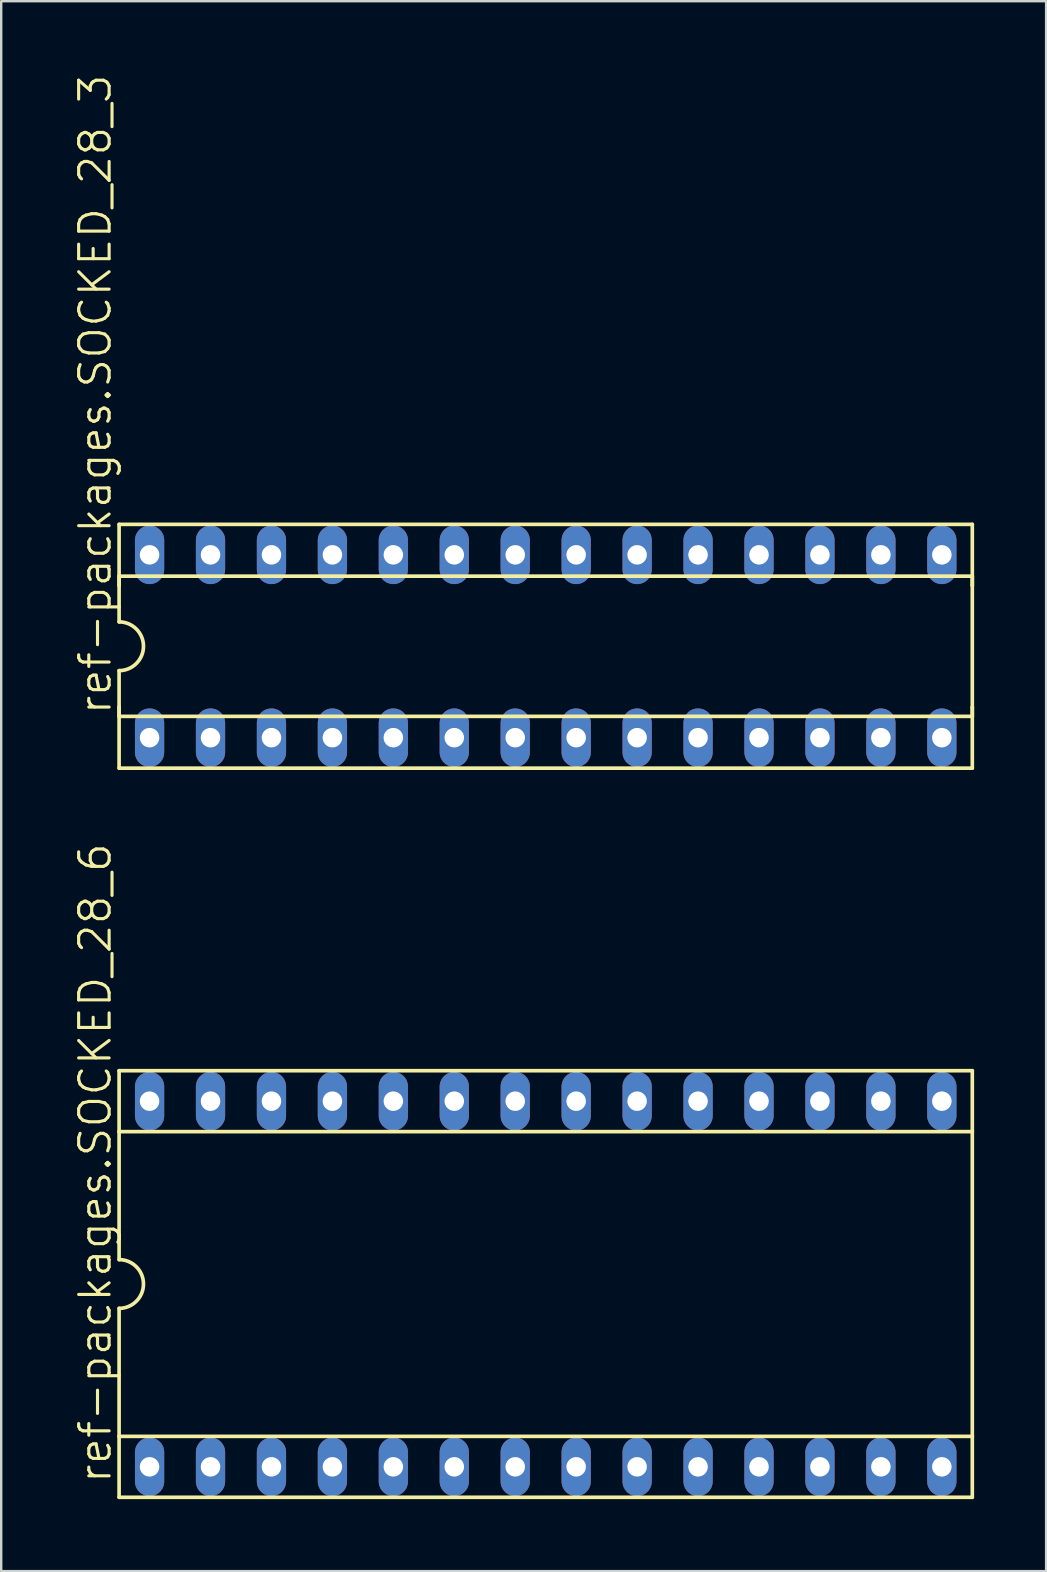
<source format=kicad_pcb>
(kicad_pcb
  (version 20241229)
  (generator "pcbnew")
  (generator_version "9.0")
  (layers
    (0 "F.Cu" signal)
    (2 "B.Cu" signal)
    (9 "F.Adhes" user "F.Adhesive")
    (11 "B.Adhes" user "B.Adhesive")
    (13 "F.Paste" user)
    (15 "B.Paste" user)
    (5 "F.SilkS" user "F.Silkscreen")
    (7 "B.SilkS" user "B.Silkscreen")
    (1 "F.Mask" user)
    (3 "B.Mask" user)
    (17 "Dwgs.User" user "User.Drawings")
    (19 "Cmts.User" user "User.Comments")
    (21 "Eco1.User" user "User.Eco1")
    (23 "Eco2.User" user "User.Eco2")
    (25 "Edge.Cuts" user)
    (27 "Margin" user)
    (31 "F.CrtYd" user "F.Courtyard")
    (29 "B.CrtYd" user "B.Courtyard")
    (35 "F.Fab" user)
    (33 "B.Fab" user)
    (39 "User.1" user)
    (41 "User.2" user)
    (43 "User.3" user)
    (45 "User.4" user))
  (footprint "ref-packages.SOCKED_28_6"
    (layer "F.Cu")
    (at 19.694 50.465)
    (property "Reference" "ref-packages.SOCKED_28_6" (at -18.034 8.382 90) (layer "F.SilkS") (effects (font (size 1.27 1.27) (thickness 0.13)) (justify left bottom)))
    (attr through_hole)
    (fp_line (start -17.78 -8.89) (end -17.78 -6.35) (stroke (width 0.152) (type default)) (layer "F.SilkS"))
    (fp_line (start -17.78 -6.35) (end -17.78 -1.016) (stroke (width 0.152) (type default)) (layer "F.SilkS"))
    (fp_line (start -17.78 -6.35) (end 17.78 -6.35) (stroke (width 0.152) (type default)) (layer "F.SilkS"))
    (fp_line (start -17.78 6.35) (end -17.78 1.016) (stroke (width 0.152) (type default)) (layer "F.SilkS"))
    (fp_line (start -17.78 6.35) (end 17.78 6.35) (stroke (width 0.152) (type default)) (layer "F.SilkS"))
    (fp_line (start -17.78 8.89) (end -17.78 6.35) (stroke (width 0.152) (type default)) (layer "F.SilkS"))
    (fp_line (start -17.78 8.89) (end 17.78 8.89) (stroke (width 0.152) (type default)) (layer "F.SilkS"))
    (fp_line (start 17.78 -8.89) (end -17.78 -8.89) (stroke (width 0.152) (type default)) (layer "F.SilkS"))
    (fp_line (start 17.78 -8.89) (end 17.78 -6.35) (stroke (width 0.152) (type default)) (layer "F.SilkS"))
    (fp_line (start 17.78 -6.35) (end 17.78 6.35) (stroke (width 0.152) (type default)) (layer "F.SilkS"))
    (fp_line (start 17.78 6.35) (end 17.78 8.89) (stroke (width 0.152) (type default)) (layer "F.SilkS"))
    (fp_arc (start -17.78 -1.016) (mid -16.764 0) (end -17.78 1.016) (stroke (width 0.1524) (type default)) (layer "F.SilkS"))
    (pad "1" thru_hole oval (at -16.51 7.62 90) (size 2.438 1.219) (drill 0.813) (layers "*.Cu" "*.Mask"))
    (pad "2" thru_hole oval (at -13.97 7.62 90) (size 2.438 1.219) (drill 0.813) (layers "*.Cu" "*.Mask"))
    (pad "3" thru_hole oval (at -11.43 7.62 90) (size 2.438 1.219) (drill 0.813) (layers "*.Cu" "*.Mask"))
    (pad "4" thru_hole oval (at -8.89 7.62 90) (size 2.438 1.219) (drill 0.813) (layers "*.Cu" "*.Mask"))
    (pad "5" thru_hole oval (at -6.35 7.62 90) (size 2.438 1.219) (drill 0.813) (layers "*.Cu" "*.Mask"))
    (pad "6" thru_hole oval (at -3.81 7.62 90) (size 2.438 1.219) (drill 0.813) (layers "*.Cu" "*.Mask"))
    (pad "7" thru_hole oval (at -1.27 7.62 90) (size 2.438 1.219) (drill 0.813) (layers "*.Cu" "*.Mask"))
    (pad "8" thru_hole oval (at 1.27 7.62 90) (size 2.438 1.219) (drill 0.813) (layers "*.Cu" "*.Mask"))
    (pad "9" thru_hole oval (at 3.81 7.62 90) (size 2.438 1.219) (drill 0.813) (layers "*.Cu" "*.Mask"))
    (pad "10" thru_hole oval (at 6.35 7.62 90) (size 2.438 1.219) (drill 0.813) (layers "*.Cu" "*.Mask"))
    (pad "11" thru_hole oval (at 8.89 7.62 90) (size 2.438 1.219) (drill 0.813) (layers "*.Cu" "*.Mask"))
    (pad "12" thru_hole oval (at 11.43 7.62 90) (size 2.438 1.219) (drill 0.813) (layers "*.Cu" "*.Mask"))
    (pad "13" thru_hole oval (at 13.97 7.62 90) (size 2.438 1.219) (drill 0.813) (layers "*.Cu" "*.Mask"))
    (pad "14" thru_hole oval (at 16.51 7.62 90) (size 2.438 1.219) (drill 0.813) (layers "*.Cu" "*.Mask"))
    (pad "15" thru_hole oval (at 16.51 -7.62 90) (size 2.438 1.219) (drill 0.813) (layers "*.Cu" "*.Mask"))
    (pad "16" thru_hole oval (at 13.97 -7.62 90) (size 2.438 1.219) (drill 0.813) (layers "*.Cu" "*.Mask"))
    (pad "17" thru_hole oval (at 11.43 -7.62 90) (size 2.438 1.219) (drill 0.813) (layers "*.Cu" "*.Mask"))
    (pad "18" thru_hole oval (at 8.89 -7.62 90) (size 2.438 1.219) (drill 0.813) (layers "*.Cu" "*.Mask"))
    (pad "19" thru_hole oval (at 6.35 -7.62 90) (size 2.438 1.219) (drill 0.813) (layers "*.Cu" "*.Mask"))
    (pad "20" thru_hole oval (at 3.81 -7.62 90) (size 2.438 1.219) (drill 0.813) (layers "*.Cu" "*.Mask"))
    (pad "21" thru_hole oval (at 1.27 -7.62 90) (size 2.438 1.219) (drill 0.813) (layers "*.Cu" "*.Mask"))
    (pad "22" thru_hole oval (at -1.27 -7.62 90) (size 2.438 1.219) (drill 0.813) (layers "*.Cu" "*.Mask"))
    (pad "23" thru_hole oval (at -3.81 -7.62 90) (size 2.438 1.219) (drill 0.813) (layers "*.Cu" "*.Mask"))
    (pad "24" thru_hole oval (at -6.35 -7.62 90) (size 2.438 1.219) (drill 0.813) (layers "*.Cu" "*.Mask"))
    (pad "25" thru_hole oval (at -8.89 -7.62 90) (size 2.438 1.219) (drill 0.813) (layers "*.Cu" "*.Mask"))
    (pad "26" thru_hole oval (at -11.43 -7.62 90) (size 2.438 1.219) (drill 0.813) (layers "*.Cu" "*.Mask"))
    (pad "27" thru_hole oval (at -13.97 -7.62 90) (size 2.438 1.219) (drill 0.813) (layers "*.Cu" "*.Mask"))
    (pad "28" thru_hole oval (at -16.51 -7.62 90) (size 2.438 1.219) (drill 0.813) (layers "*.Cu" "*.Mask")))
  (footprint "ref-packages.SOCKED_28_3"
    (layer "F.Cu")
    (at 19.694 23.885)
    (property "Reference" "ref-packages.SOCKED_28_3" (at -18.034 2.921 90) (layer "F.SilkS") (effects (font (size 1.27 1.27) (thickness 0.13)) (justify left bottom)))
    (attr through_hole)
    (fp_line (start -17.78 -5.08) (end -17.78 -2.54) (stroke (width 0.152) (type default)) (layer "F.SilkS"))
    (fp_line (start -17.78 -2.921) (end -17.78 -2.54) (stroke (width 0.152) (type default)) (layer "F.SilkS"))
    (fp_line (start -17.78 -2.54) (end -17.78 -1.016) (stroke (width 0.152) (type default)) (layer "F.SilkS"))
    (fp_line (start -17.78 2.54) (end -17.78 1.016) (stroke (width 0.152) (type default)) (layer "F.SilkS"))
    (fp_line (start -17.78 2.921) (end -17.78 2.54) (stroke (width 0.152) (type default)) (layer "F.SilkS"))
    (fp_line (start -17.78 2.921) (end 17.78 2.921) (stroke (width 0.152) (type default)) (layer "F.SilkS"))
    (fp_line (start -17.78 5.08) (end -17.78 2.54) (stroke (width 0.152) (type default)) (layer "F.SilkS"))
    (fp_line (start -17.78 5.08) (end 17.78 5.08) (stroke (width 0.152) (type default)) (layer "F.SilkS"))
    (fp_line (start 17.78 -5.08) (end -17.78 -5.08) (stroke (width 0.152) (type default)) (layer "F.SilkS"))
    (fp_line (start 17.78 -5.08) (end 17.78 -2.54) (stroke (width 0.152) (type default)) (layer "F.SilkS"))
    (fp_line (start 17.78 -2.921) (end -17.78 -2.921) (stroke (width 0.152) (type default)) (layer "F.SilkS"))
    (fp_line (start 17.78 -2.921) (end 17.78 -2.54) (stroke (width 0.152) (type default)) (layer "F.SilkS"))
    (fp_line (start 17.78 -2.54) (end 17.78 2.54) (stroke (width 0.152) (type default)) (layer "F.SilkS"))
    (fp_line (start 17.78 2.54) (end 17.78 2.921) (stroke (width 0.152) (type default)) (layer "F.SilkS"))
    (fp_line (start 17.78 5.08) (end 17.78 2.54) (stroke (width 0.152) (type default)) (layer "F.SilkS"))
    (fp_arc (start -17.78 -1.016) (mid -16.764 0) (end -17.78 1.016) (stroke (width 0.1524) (type default)) (layer "F.SilkS"))
    (pad "1" thru_hole oval (at -16.51 3.81 90) (size 2.438 1.219) (drill 0.813) (layers "*.Cu" "*.Mask"))
    (pad "2" thru_hole oval (at -13.97 3.81 90) (size 2.438 1.219) (drill 0.813) (layers "*.Cu" "*.Mask"))
    (pad "3" thru_hole oval (at -11.43 3.81 90) (size 2.438 1.219) (drill 0.813) (layers "*.Cu" "*.Mask"))
    (pad "4" thru_hole oval (at -8.89 3.81 90) (size 2.438 1.219) (drill 0.813) (layers "*.Cu" "*.Mask"))
    (pad "5" thru_hole oval (at -6.35 3.81 90) (size 2.438 1.219) (drill 0.813) (layers "*.Cu" "*.Mask"))
    (pad "6" thru_hole oval (at -3.81 3.81 90) (size 2.438 1.219) (drill 0.813) (layers "*.Cu" "*.Mask"))
    (pad "7" thru_hole oval (at -1.27 3.81 90) (size 2.438 1.219) (drill 0.813) (layers "*.Cu" "*.Mask"))
    (pad "8" thru_hole oval (at 1.27 3.81 90) (size 2.438 1.219) (drill 0.813) (layers "*.Cu" "*.Mask"))
    (pad "9" thru_hole oval (at 3.81 3.81 90) (size 2.438 1.219) (drill 0.813) (layers "*.Cu" "*.Mask"))
    (pad "10" thru_hole oval (at 6.35 3.81 90) (size 2.438 1.219) (drill 0.813) (layers "*.Cu" "*.Mask"))
    (pad "11" thru_hole oval (at 8.89 3.81 90) (size 2.438 1.219) (drill 0.813) (layers "*.Cu" "*.Mask"))
    (pad "12" thru_hole oval (at 11.43 3.81 90) (size 2.438 1.219) (drill 0.813) (layers "*.Cu" "*.Mask"))
    (pad "13" thru_hole oval (at 13.97 3.81 90) (size 2.438 1.219) (drill 0.813) (layers "*.Cu" "*.Mask"))
    (pad "14" thru_hole oval (at 16.51 3.81 90) (size 2.438 1.219) (drill 0.813) (layers "*.Cu" "*.Mask"))
    (pad "15" thru_hole oval (at 16.51 -3.81 90) (size 2.438 1.219) (drill 0.813) (layers "*.Cu" "*.Mask"))
    (pad "16" thru_hole oval (at 13.97 -3.81 90) (size 2.438 1.219) (drill 0.813) (layers "*.Cu" "*.Mask"))
    (pad "17" thru_hole oval (at 11.43 -3.81 90) (size 2.438 1.219) (drill 0.813) (layers "*.Cu" "*.Mask"))
    (pad "18" thru_hole oval (at 8.89 -3.81 90) (size 2.438 1.219) (drill 0.813) (layers "*.Cu" "*.Mask"))
    (pad "19" thru_hole oval (at 6.35 -3.81 90) (size 2.438 1.219) (drill 0.813) (layers "*.Cu" "*.Mask"))
    (pad "20" thru_hole oval (at 3.81 -3.81 90) (size 2.438 1.219) (drill 0.813) (layers "*.Cu" "*.Mask"))
    (pad "21" thru_hole oval (at 1.27 -3.81 90) (size 2.438 1.219) (drill 0.813) (layers "*.Cu" "*.Mask"))
    (pad "22" thru_hole oval (at -1.27 -3.81 90) (size 2.438 1.219) (drill 0.813) (layers "*.Cu" "*.Mask"))
    (pad "23" thru_hole oval (at -3.81 -3.81 90) (size 2.438 1.219) (drill 0.813) (layers "*.Cu" "*.Mask"))
    (pad "24" thru_hole oval (at -6.35 -3.81 90) (size 2.438 1.219) (drill 0.813) (layers "*.Cu" "*.Mask"))
    (pad "25" thru_hole oval (at -8.89 -3.81 90) (size 2.438 1.219) (drill 0.813) (layers "*.Cu" "*.Mask"))
    (pad "26" thru_hole oval (at -11.43 -3.81 90) (size 2.438 1.219) (drill 0.813) (layers "*.Cu" "*.Mask"))
    (pad "27" thru_hole oval (at -13.97 -3.81 90) (size 2.438 1.219) (drill 0.813) (layers "*.Cu" "*.Mask"))
    (pad "28" thru_hole oval (at -16.51 -3.81 90) (size 2.438 1.219) (drill 0.813) (layers "*.Cu" "*.Mask")))
  (gr_rect
    (start -3 -3)
    (end 40.55 62.431)
    (stroke (width 0.1) (type default))
    (fill no)
    (layer "Edge.Cuts")))
</source>
